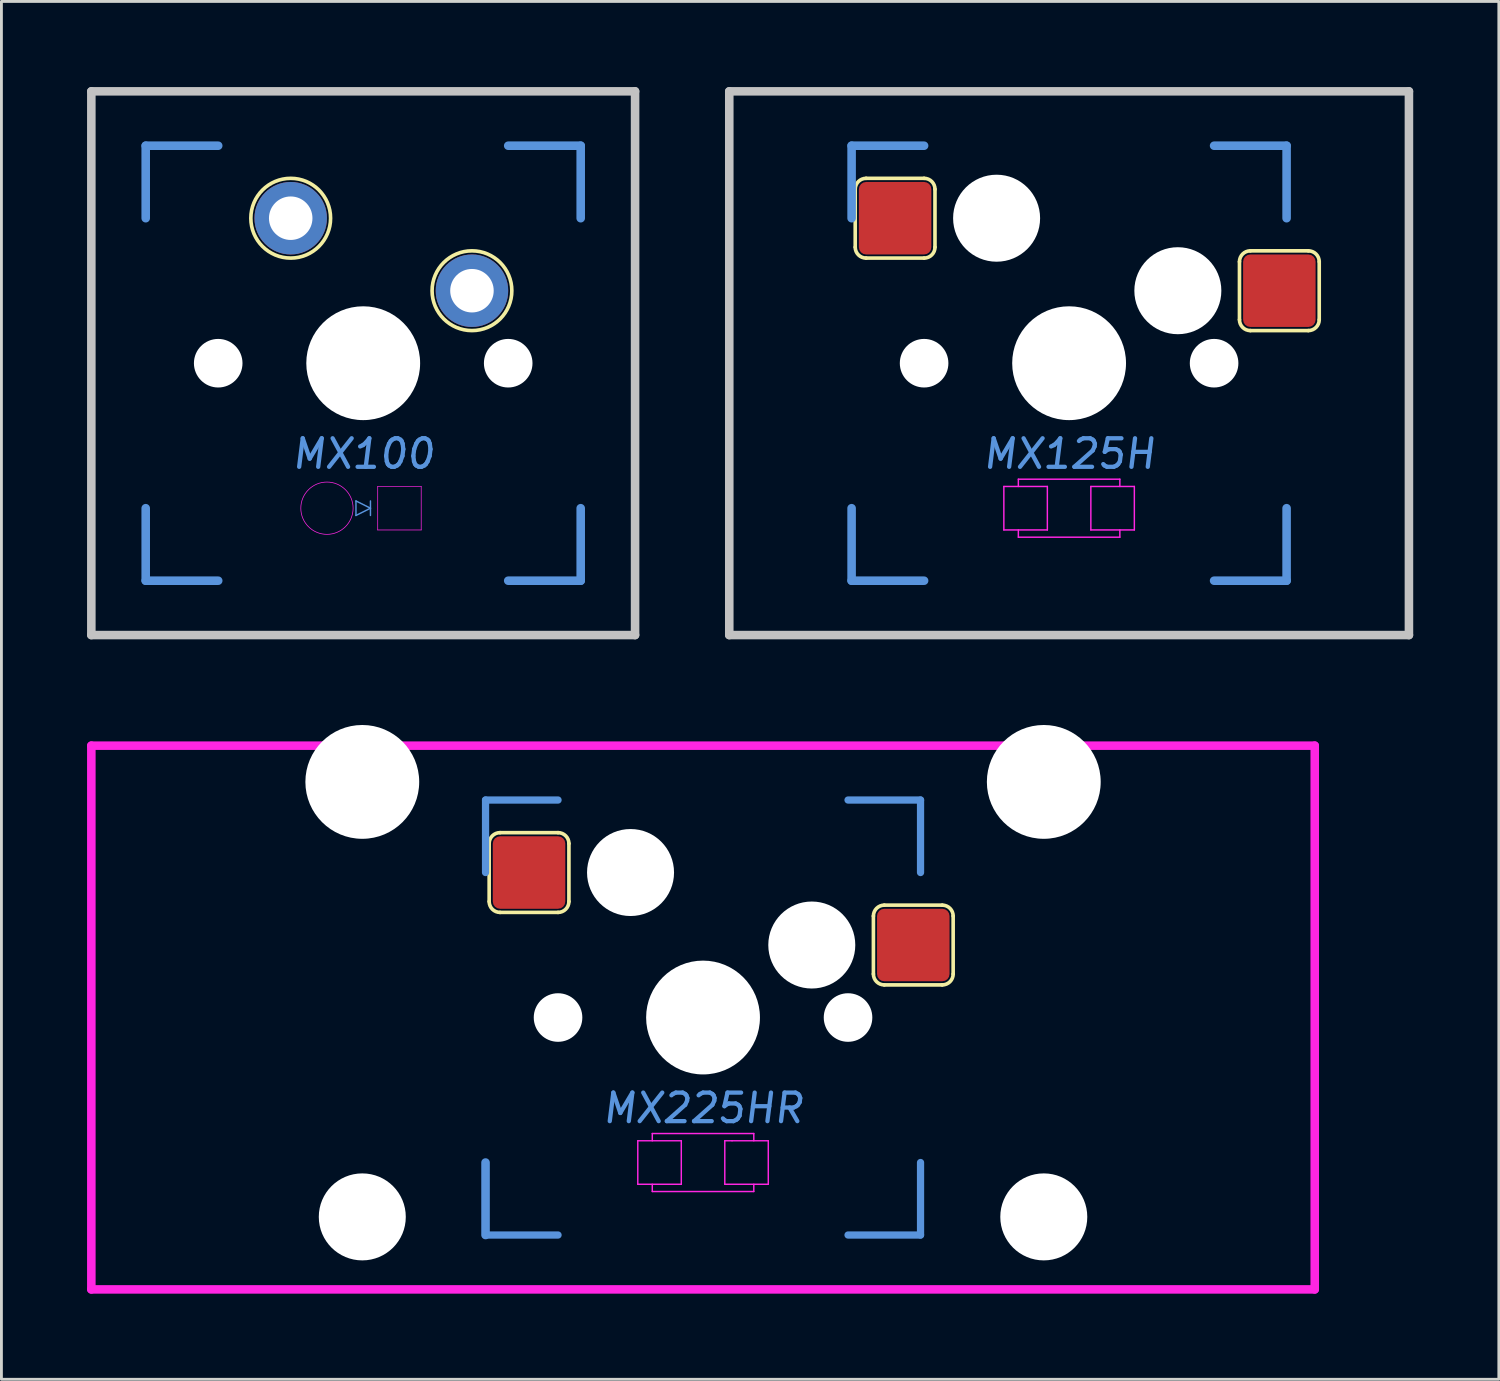
<source format=kicad_pcb>
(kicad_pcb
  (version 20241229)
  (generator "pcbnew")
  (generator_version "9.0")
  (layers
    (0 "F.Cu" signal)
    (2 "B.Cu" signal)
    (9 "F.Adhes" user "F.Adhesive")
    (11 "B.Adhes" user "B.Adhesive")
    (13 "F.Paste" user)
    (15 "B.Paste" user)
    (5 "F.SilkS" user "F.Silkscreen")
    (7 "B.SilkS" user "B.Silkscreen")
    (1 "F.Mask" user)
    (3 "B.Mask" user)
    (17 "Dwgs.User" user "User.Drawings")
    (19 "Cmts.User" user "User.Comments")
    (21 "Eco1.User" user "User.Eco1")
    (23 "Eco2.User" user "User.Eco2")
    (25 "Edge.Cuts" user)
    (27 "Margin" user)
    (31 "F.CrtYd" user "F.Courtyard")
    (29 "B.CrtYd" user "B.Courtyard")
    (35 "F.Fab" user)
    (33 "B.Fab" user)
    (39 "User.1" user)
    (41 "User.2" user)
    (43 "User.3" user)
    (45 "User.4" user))
  (footprint "MX125H"
    (layer "F.Cu")
    (at 34.406 9.675)
    (property "Reference" "MX125H" (at 0 3.175 0) (layer "Cmts.User") (effects (font (size 1 1) (thickness 0.15) (italic yes))))
    (attr through_hole)
    (fp_line (start -7.493 -4.064) (end -7.493 -6.096) (stroke (width 0.127) (type solid)) (layer "F.SilkS"))
    (fp_line (start -7.112 -6.477) (end -5.08 -6.477) (stroke (width 0.127) (type solid)) (layer "F.SilkS"))
    (fp_line (start -5.08 -3.683) (end -7.112 -3.683) (stroke (width 0.127) (type solid)) (layer "F.SilkS"))
    (fp_line (start -4.699 -6.096) (end -4.699 -4.064) (stroke (width 0.127) (type solid)) (layer "F.SilkS"))
    (fp_line (start 5.969 -1.524) (end 5.969 -3.556) (stroke (width 0.127) (type solid)) (layer "F.SilkS"))
    (fp_line (start 6.35 -3.937) (end 8.382 -3.937) (stroke (width 0.127) (type solid)) (layer "F.SilkS"))
    (fp_line (start 8.382 -1.143) (end 6.35 -1.143) (stroke (width 0.127) (type solid)) (layer "F.SilkS"))
    (fp_line (start 8.763 -3.556) (end 8.763 -1.524) (stroke (width 0.127) (type solid)) (layer "F.SilkS"))
    (fp_arc (start -7.493 -6.096) (mid -7.381408 -6.365408) (end -7.112 -6.477) (stroke (width 0.127) (type solid)) (layer "F.SilkS"))
    (fp_arc (start -7.112 -3.683) (mid -7.381408 -3.794592) (end -7.493 -4.064) (stroke (width 0.127) (type solid)) (layer "F.SilkS"))
    (fp_arc (start -5.08 -6.477) (mid -4.810592 -6.365408) (end -4.699 -6.096) (stroke (width 0.127) (type solid)) (layer "F.SilkS"))
    (fp_arc (start -4.699 -4.064) (mid -4.810592 -3.794592) (end -5.08 -3.683) (stroke (width 0.127) (type solid)) (layer "F.SilkS"))
    (fp_arc (start 5.969 -3.556) (mid 6.080592 -3.825408) (end 6.35 -3.937) (stroke (width 0.127) (type solid)) (layer "F.SilkS"))
    (fp_arc (start 6.35 -1.143) (mid 6.080592 -1.254592) (end 5.969 -1.524) (stroke (width 0.127) (type solid)) (layer "F.SilkS"))
    (fp_arc (start 8.382 -3.937) (mid 8.651408 -3.825408) (end 8.763 -3.556) (stroke (width 0.127) (type solid)) (layer "F.SilkS"))
    (fp_arc (start 8.763 -1.524) (mid 8.651408 -1.254592) (end 8.382 -1.143) (stroke (width 0.127) (type solid)) (layer "F.SilkS"))
    (fp_line (start -11.906 -9.525) (end -11.906 9.525) (stroke (width 0.3) (type solid)) (layer "Dwgs.User"))
    (fp_line (start -11.906 -9.525) (end 11.906 -9.525) (stroke (width 0.3) (type solid)) (layer "Dwgs.User"))
    (fp_line (start -11.906 9.525) (end 11.906 9.525) (stroke (width 0.3) (type solid)) (layer "Dwgs.User"))
    (fp_line (start 11.906 -9.525) (end 11.906 9.525) (stroke (width 0.3) (type solid)) (layer "Dwgs.User"))
    (fp_line (start -7.62 -7.62) (end -7.62 -5.08) (stroke (width 0.3) (type solid)) (layer "Cmts.User"))
    (fp_line (start -7.62 -7.62) (end -5.08 -7.62) (stroke (width 0.3) (type solid)) (layer "Cmts.User"))
    (fp_line (start -7.62 7.62) (end -7.62 5.08) (stroke (width 0.3) (type solid)) (layer "Cmts.User"))
    (fp_line (start -7.62 7.62) (end -5.08 7.62) (stroke (width 0.3) (type solid)) (layer "Cmts.User"))
    (fp_line (start 7.62 -7.62) (end 5.08 -7.62) (stroke (width 0.3) (type solid)) (layer "Cmts.User"))
    (fp_line (start 7.62 -7.62) (end 7.62 -5.08) (stroke (width 0.3) (type solid)) (layer "Cmts.User"))
    (fp_line (start 7.62 7.62) (end 5.08 7.62) (stroke (width 0.3) (type solid)) (layer "Cmts.User"))
    (fp_line (start 7.62 7.62) (end 7.62 5.08) (stroke (width 0.3) (type solid)) (layer "Cmts.User"))
    (fp_line (start -2.286 4.318) (end -2.286 5.842) (stroke (width 0.051) (type solid)) (layer "F.CrtYd"))
    (fp_line (start -2.286 5.842) (end -0.762 5.842) (stroke (width 0.051) (type solid)) (layer "F.CrtYd"))
    (fp_line (start -1.778 4.064) (end 1.778 4.064) (stroke (width 0.051) (type solid)) (layer "F.CrtYd"))
    (fp_line (start -1.778 4.318) (end -1.778 4.064) (stroke (width 0.051) (type solid)) (layer "F.CrtYd"))
    (fp_line (start -1.778 5.842) (end -1.778 6.096) (stroke (width 0.051) (type solid)) (layer "F.CrtYd"))
    (fp_line (start -1.778 6.096) (end 1.778 6.096) (stroke (width 0.051) (type solid)) (layer "F.CrtYd"))
    (fp_line (start -0.762 4.318) (end -2.286 4.318) (stroke (width 0.051) (type solid)) (layer "F.CrtYd"))
    (fp_line (start -0.762 5.842) (end -0.762 4.318) (stroke (width 0.051) (type solid)) (layer "F.CrtYd"))
    (fp_line (start 0.762 4.318) (end 0.762 5.842) (stroke (width 0.051) (type solid)) (layer "F.CrtYd"))
    (fp_line (start 0.762 5.842) (end 2.286 5.842) (stroke (width 0.051) (type solid)) (layer "F.CrtYd"))
    (fp_line (start 1.778 4.064) (end 1.778 4.318) (stroke (width 0.051) (type solid)) (layer "F.CrtYd"))
    (fp_line (start 1.778 5.842) (end 1.778 6.096) (stroke (width 0.051) (type solid)) (layer "F.CrtYd"))
    (fp_line (start 2.286 4.318) (end 0.762 4.318) (stroke (width 0.051) (type solid)) (layer "F.CrtYd"))
    (fp_line (start 2.286 5.842) (end 2.286 4.318) (stroke (width 0.051) (type solid)) (layer "F.CrtYd"))
    (pad "" np_thru_hole circle (at -5.08 0) (size 1.702 1.702) (drill 1.702) (layers "*.Cu" "*.Mask"))
    (pad "" np_thru_hole circle (at -2.54 -5.08) (size 3.048 3.048) (drill 3.048) (layers "*.Cu" "*.Mask"))
    (pad "" np_thru_hole circle (at 0 0) (size 3.988 3.988) (drill 3.988) (layers "*.Cu" "*.Mask"))
    (pad "" np_thru_hole circle (at 3.81 -2.54) (size 3.048 3.048) (drill 3.048) (layers "*.Cu" "*.Mask"))
    (pad "" np_thru_hole circle (at 5.08 0) (size 1.702 1.702) (drill 1.702) (layers "*.Cu" "*.Mask"))
    (pad "1" smd roundrect (at -6.096 -5.08) (size 2.54 2.54) (layers "F.Cu" "F.Mask" "F.Paste") (roundrect_rratio 0.1))
    (pad "2" smd roundrect (at 7.366 -2.54) (size 2.54 2.54) (layers "F.Cu" "F.Mask" "F.Paste") (roundrect_rratio 0.1)))
  (footprint "MX225HR"
    (layer "F.Cu")
    (at 21.581 32.599)
    (property "Reference" "MX225HR" (at 0 3.175 0) (layer "Cmts.User") (effects (font (size 1 1) (thickness 0.15) (italic yes))))
    (attr through_hole)
    (fp_line (start -7.493 -6.096) (end -7.493 -4.064) (stroke (width 0.127) (type solid)) (layer "F.SilkS"))
    (fp_line (start -7.112 -3.683) (end -5.08 -3.683) (stroke (width 0.127) (type solid)) (layer "F.SilkS"))
    (fp_line (start -5.08 -6.477) (end -7.112 -6.477) (stroke (width 0.127) (type solid)) (layer "F.SilkS"))
    (fp_line (start -4.699 -4.064) (end -4.699 -6.096) (stroke (width 0.127) (type solid)) (layer "F.SilkS"))
    (fp_line (start 5.969 -3.556) (end 5.969 -1.524) (stroke (width 0.127) (type solid)) (layer "F.SilkS"))
    (fp_line (start 6.35 -1.143) (end 8.382 -1.143) (stroke (width 0.127) (type solid)) (layer "F.SilkS"))
    (fp_line (start 8.382 -3.937) (end 6.35 -3.937) (stroke (width 0.127) (type solid)) (layer "F.SilkS"))
    (fp_line (start 8.763 -1.524) (end 8.763 -3.556) (stroke (width 0.127) (type solid)) (layer "F.SilkS"))
    (fp_arc (start -7.493 -6.096) (mid -7.381408 -6.365408) (end -7.112 -6.477) (stroke (width 0.127) (type solid)) (layer "F.SilkS"))
    (fp_arc (start -7.112 -3.683) (mid -7.381408 -3.794592) (end -7.493 -4.064) (stroke (width 0.127) (type solid)) (layer "F.SilkS"))
    (fp_arc (start -5.08 -6.477) (mid -4.810592 -6.365408) (end -4.699 -6.096) (stroke (width 0.127) (type solid)) (layer "F.SilkS"))
    (fp_arc (start -4.699 -4.064) (mid -4.810592 -3.794592) (end -5.08 -3.683) (stroke (width 0.127) (type solid)) (layer "F.SilkS"))
    (fp_arc (start 5.969 -3.556) (mid 6.080592 -3.825408) (end 6.35 -3.937) (stroke (width 0.127) (type solid)) (layer "F.SilkS"))
    (fp_arc (start 6.35 -1.143) (mid 6.080592 -1.254592) (end 5.969 -1.524) (stroke (width 0.127) (type solid)) (layer "F.SilkS"))
    (fp_arc (start 8.382 -3.937) (mid 8.651408 -3.825408) (end 8.763 -3.556) (stroke (width 0.127) (type solid)) (layer "F.SilkS"))
    (fp_arc (start 8.763 -1.524) (mid 8.651408 -1.254592) (end 8.382 -1.143) (stroke (width 0.127) (type solid)) (layer "F.SilkS"))
    (fp_line (start -7.62 -7.62) (end -7.62 -5.08) (stroke (width 0.254) (type solid)) (layer "Cmts.User"))
    (fp_line (start -7.62 -7.62) (end -5.08 -7.62) (stroke (width 0.254) (type solid)) (layer "Cmts.User"))
    (fp_line (start -7.62 7.62) (end -7.62 5.08) (stroke (width 0.3) (type solid)) (layer "Cmts.User"))
    (fp_line (start -7.62 7.62) (end -5.08 7.62) (stroke (width 0.254) (type solid)) (layer "Cmts.User"))
    (fp_line (start 7.62 -7.62) (end 5.08 -7.62) (stroke (width 0.254) (type solid)) (layer "Cmts.User"))
    (fp_line (start 7.62 -7.62) (end 7.62 -5.08) (stroke (width 0.254) (type solid)) (layer "Cmts.User"))
    (fp_line (start 7.62 7.62) (end 5.08 7.62) (stroke (width 0.254) (type solid)) (layer "Cmts.User"))
    (fp_line (start 7.62 7.62) (end 7.62 5.08) (stroke (width 0.254) (type solid)) (layer "Cmts.User"))
    (fp_line (start -21.431 -9.525) (end -21.431 9.525) (stroke (width 0.3) (type solid)) (layer "F.CrtYd"))
    (fp_line (start -21.431 -9.525) (end 21.431 -9.525) (stroke (width 0.3) (type solid)) (layer "F.CrtYd"))
    (fp_line (start -21.431 9.525) (end 21.431 9.525) (stroke (width 0.3) (type solid)) (layer "F.CrtYd"))
    (fp_line (start -2.286 4.318) (end -0.762 4.318) (stroke (width 0.051) (type solid)) (layer "F.CrtYd"))
    (fp_line (start -2.286 5.842) (end -2.286 4.318) (stroke (width 0.051) (type solid)) (layer "F.CrtYd"))
    (fp_line (start -1.778 4.064) (end 1.778 4.064) (stroke (width 0.051) (type solid)) (layer "F.CrtYd"))
    (fp_line (start -1.778 4.318) (end -1.778 4.064) (stroke (width 0.051) (type solid)) (layer "F.CrtYd"))
    (fp_line (start -1.778 6.096) (end -1.778 5.842) (stroke (width 0.051) (type solid)) (layer "F.CrtYd"))
    (fp_line (start -0.762 4.318) (end -0.762 5.842) (stroke (width 0.051) (type solid)) (layer "F.CrtYd"))
    (fp_line (start -0.762 5.842) (end -2.286 5.842) (stroke (width 0.051) (type solid)) (layer "F.CrtYd"))
    (fp_line (start 0.762 4.318) (end 0.762 5.842) (stroke (width 0.051) (type solid)) (layer "F.CrtYd"))
    (fp_line (start 0.762 5.842) (end 2.286 5.842) (stroke (width 0.051) (type solid)) (layer "F.CrtYd"))
    (fp_line (start 1.016 4.318) (end 0.762 4.318) (stroke (width 0.051) (type solid)) (layer "F.CrtYd"))
    (fp_line (start 1.778 4.064) (end 1.778 4.318) (stroke (width 0.051) (type solid)) (layer "F.CrtYd"))
    (fp_line (start 1.778 5.842) (end 1.778 6.096) (stroke (width 0.051) (type solid)) (layer "F.CrtYd"))
    (fp_line (start 1.778 6.096) (end -1.778 6.096) (stroke (width 0.051) (type solid)) (layer "F.CrtYd"))
    (fp_line (start 2.286 4.318) (end 1.016 4.318) (stroke (width 0.051) (type solid)) (layer "F.CrtYd"))
    (fp_line (start 2.286 5.842) (end 2.286 4.318) (stroke (width 0.051) (type solid)) (layer "F.CrtYd"))
    (fp_line (start 21.431 -9.525) (end 21.431 9.525) (stroke (width 0.3) (type solid)) (layer "F.CrtYd"))
    (pad "" np_thru_hole circle (at -11.938 -8.255) (size 3.988 3.988) (drill 3.988) (layers "*.Cu" "*.Mask"))
    (pad "" np_thru_hole circle (at -11.938 6.985) (size 3.048 3.048) (drill 3.048) (layers "*.Cu" "*.Mask"))
    (pad "" np_thru_hole circle (at -5.08 0) (size 1.702 1.702) (drill 1.702) (layers "*.Cu" "*.Mask"))
    (pad "" np_thru_hole circle (at -2.54 -5.08) (size 3.048 3.048) (drill 3.048) (layers "*.Cu" "*.Mask"))
    (pad "" np_thru_hole circle (at 0 0) (size 3.988 3.988) (drill 3.988) (layers "*.Cu" "*.Mask"))
    (pad "" np_thru_hole circle (at 3.81 -2.54) (size 3.048 3.048) (drill 3.048) (layers "*.Cu" "*.Mask"))
    (pad "" np_thru_hole circle (at 5.08 0) (size 1.702 1.702) (drill 1.702) (layers "*.Cu" "*.Mask"))
    (pad "" np_thru_hole circle (at 11.938 -8.255) (size 3.988 3.988) (drill 3.988) (layers "*.Cu" "*.Mask"))
    (pad "" np_thru_hole circle (at 11.938 6.985) (size 3.048 3.048) (drill 3.048) (layers "*.Cu" "*.Mask"))
    (pad "1" connect roundrect (at -6.096 -5.08) (size 2.54 2.54) (layers "F.Cu" "F.Mask") (roundrect_rratio 0.1))
    (pad "2" connect roundrect (at 7.366 -2.54) (size 2.54 2.54) (layers "F.Cu" "F.Mask") (roundrect_rratio 0.1)))
  (footprint "MX100"
    (layer "F.Cu")
    (at 9.675 9.675)
    (property "Reference" "MX100" (at 0 3.175 0) (layer "Cmts.User") (effects (font (size 1 1) (thickness 0.15) (italic yes))))
    (attr through_hole)
    (fp_circle (center -2.54 -5.08) (end -1.143 -5.08) (stroke (width 0.127) (type solid)) (fill no) (layer "F.SilkS"))
    (fp_circle (center 3.81 -2.54) (end 5.207 -2.54) (stroke (width 0.127) (type solid)) (fill no) (layer "F.SilkS"))
    (fp_line (start -9.525 -9.525) (end 9.525 -9.525) (stroke (width 0.3) (type solid)) (layer "Dwgs.User"))
    (fp_line (start -9.525 9.525) (end -9.525 -9.525) (stroke (width 0.3) (type solid)) (layer "Dwgs.User"))
    (fp_line (start 9.525 -9.525) (end 9.525 9.525) (stroke (width 0.3) (type solid)) (layer "Dwgs.User"))
    (fp_line (start 9.525 9.525) (end -9.525 9.525) (stroke (width 0.3) (type solid)) (layer "Dwgs.User"))
    (fp_line (start -7.62 -7.62) (end -7.62 -5.08) (stroke (width 0.3) (type solid)) (layer "Cmts.User"))
    (fp_line (start -7.62 -7.62) (end -5.08 -7.62) (stroke (width 0.3) (type solid)) (layer "Cmts.User"))
    (fp_line (start -7.62 7.62) (end -7.62 5.08) (stroke (width 0.3) (type solid)) (layer "Cmts.User"))
    (fp_line (start -7.62 7.62) (end -5.08 7.62) (stroke (width 0.3) (type solid)) (layer "Cmts.User"))
    (fp_line (start -0.254 4.826) (end -0.254 5.334) (stroke (width 0.051) (type solid)) (layer "Cmts.User"))
    (fp_line (start -0.254 5.334) (end 0.254 5.08) (stroke (width 0.051) (type solid)) (layer "Cmts.User"))
    (fp_line (start 0.254 4.826) (end 0.254 5.334) (stroke (width 0.051) (type solid)) (layer "Cmts.User"))
    (fp_line (start 0.254 5.08) (end -0.254 4.826) (stroke (width 0.051) (type solid)) (layer "Cmts.User"))
    (fp_line (start 7.62 -7.62) (end 5.08 -7.62) (stroke (width 0.3) (type solid)) (layer "Cmts.User"))
    (fp_line (start 7.62 -7.62) (end 7.62 -5.08) (stroke (width 0.3) (type solid)) (layer "Cmts.User"))
    (fp_line (start 7.62 7.62) (end 5.08 7.62) (stroke (width 0.3) (type solid)) (layer "Cmts.User"))
    (fp_line (start 7.62 7.62) (end 7.62 5.08) (stroke (width 0.3) (type solid)) (layer "Cmts.User"))
    (fp_line (start 0.508 4.318) (end 2.032 4.318) (stroke (width 0.025) (type solid)) (layer "F.CrtYd"))
    (fp_line (start 0.508 5.842) (end 0.508 4.318) (stroke (width 0.025) (type solid)) (layer "F.CrtYd"))
    (fp_line (start 2.032 4.318) (end 2.032 5.842) (stroke (width 0.025) (type solid)) (layer "F.CrtYd"))
    (fp_line (start 2.032 5.842) (end 0.508 5.842) (stroke (width 0.025) (type solid)) (layer "F.CrtYd"))
    (fp_circle (center -1.27 5.08) (end -0.354 5.08) (stroke (width 0.025) (type solid)) (fill no) (layer "F.CrtYd"))
    (pad "" np_thru_hole circle (at -5.08 0) (size 1.702 1.702) (drill 1.702) (layers "*.Cu" "*.Mask"))
    (pad "" np_thru_hole circle (at 0 0) (size 3.988 3.988) (drill 3.988) (layers "*.Cu" "*.Mask"))
    (pad "" np_thru_hole circle (at 5.08 0) (size 1.702 1.702) (drill 1.702) (layers "*.Cu" "*.Mask"))
    (pad "1" thru_hole circle (at -2.54 -5.08) (size 2.54 2.54) (drill 1.524) (layers "*.Cu" "*.Mask"))
    (pad "2" thru_hole circle (at 3.81 -2.54) (size 2.54 2.54) (drill 1.524) (layers "*.Cu" "*.Mask")))
  (gr_rect
    (start -3 -3)
    (end 49.462 45.274)
    (stroke (width 0.1) (type default))
    (fill no)
    (layer "Edge.Cuts")))
</source>
